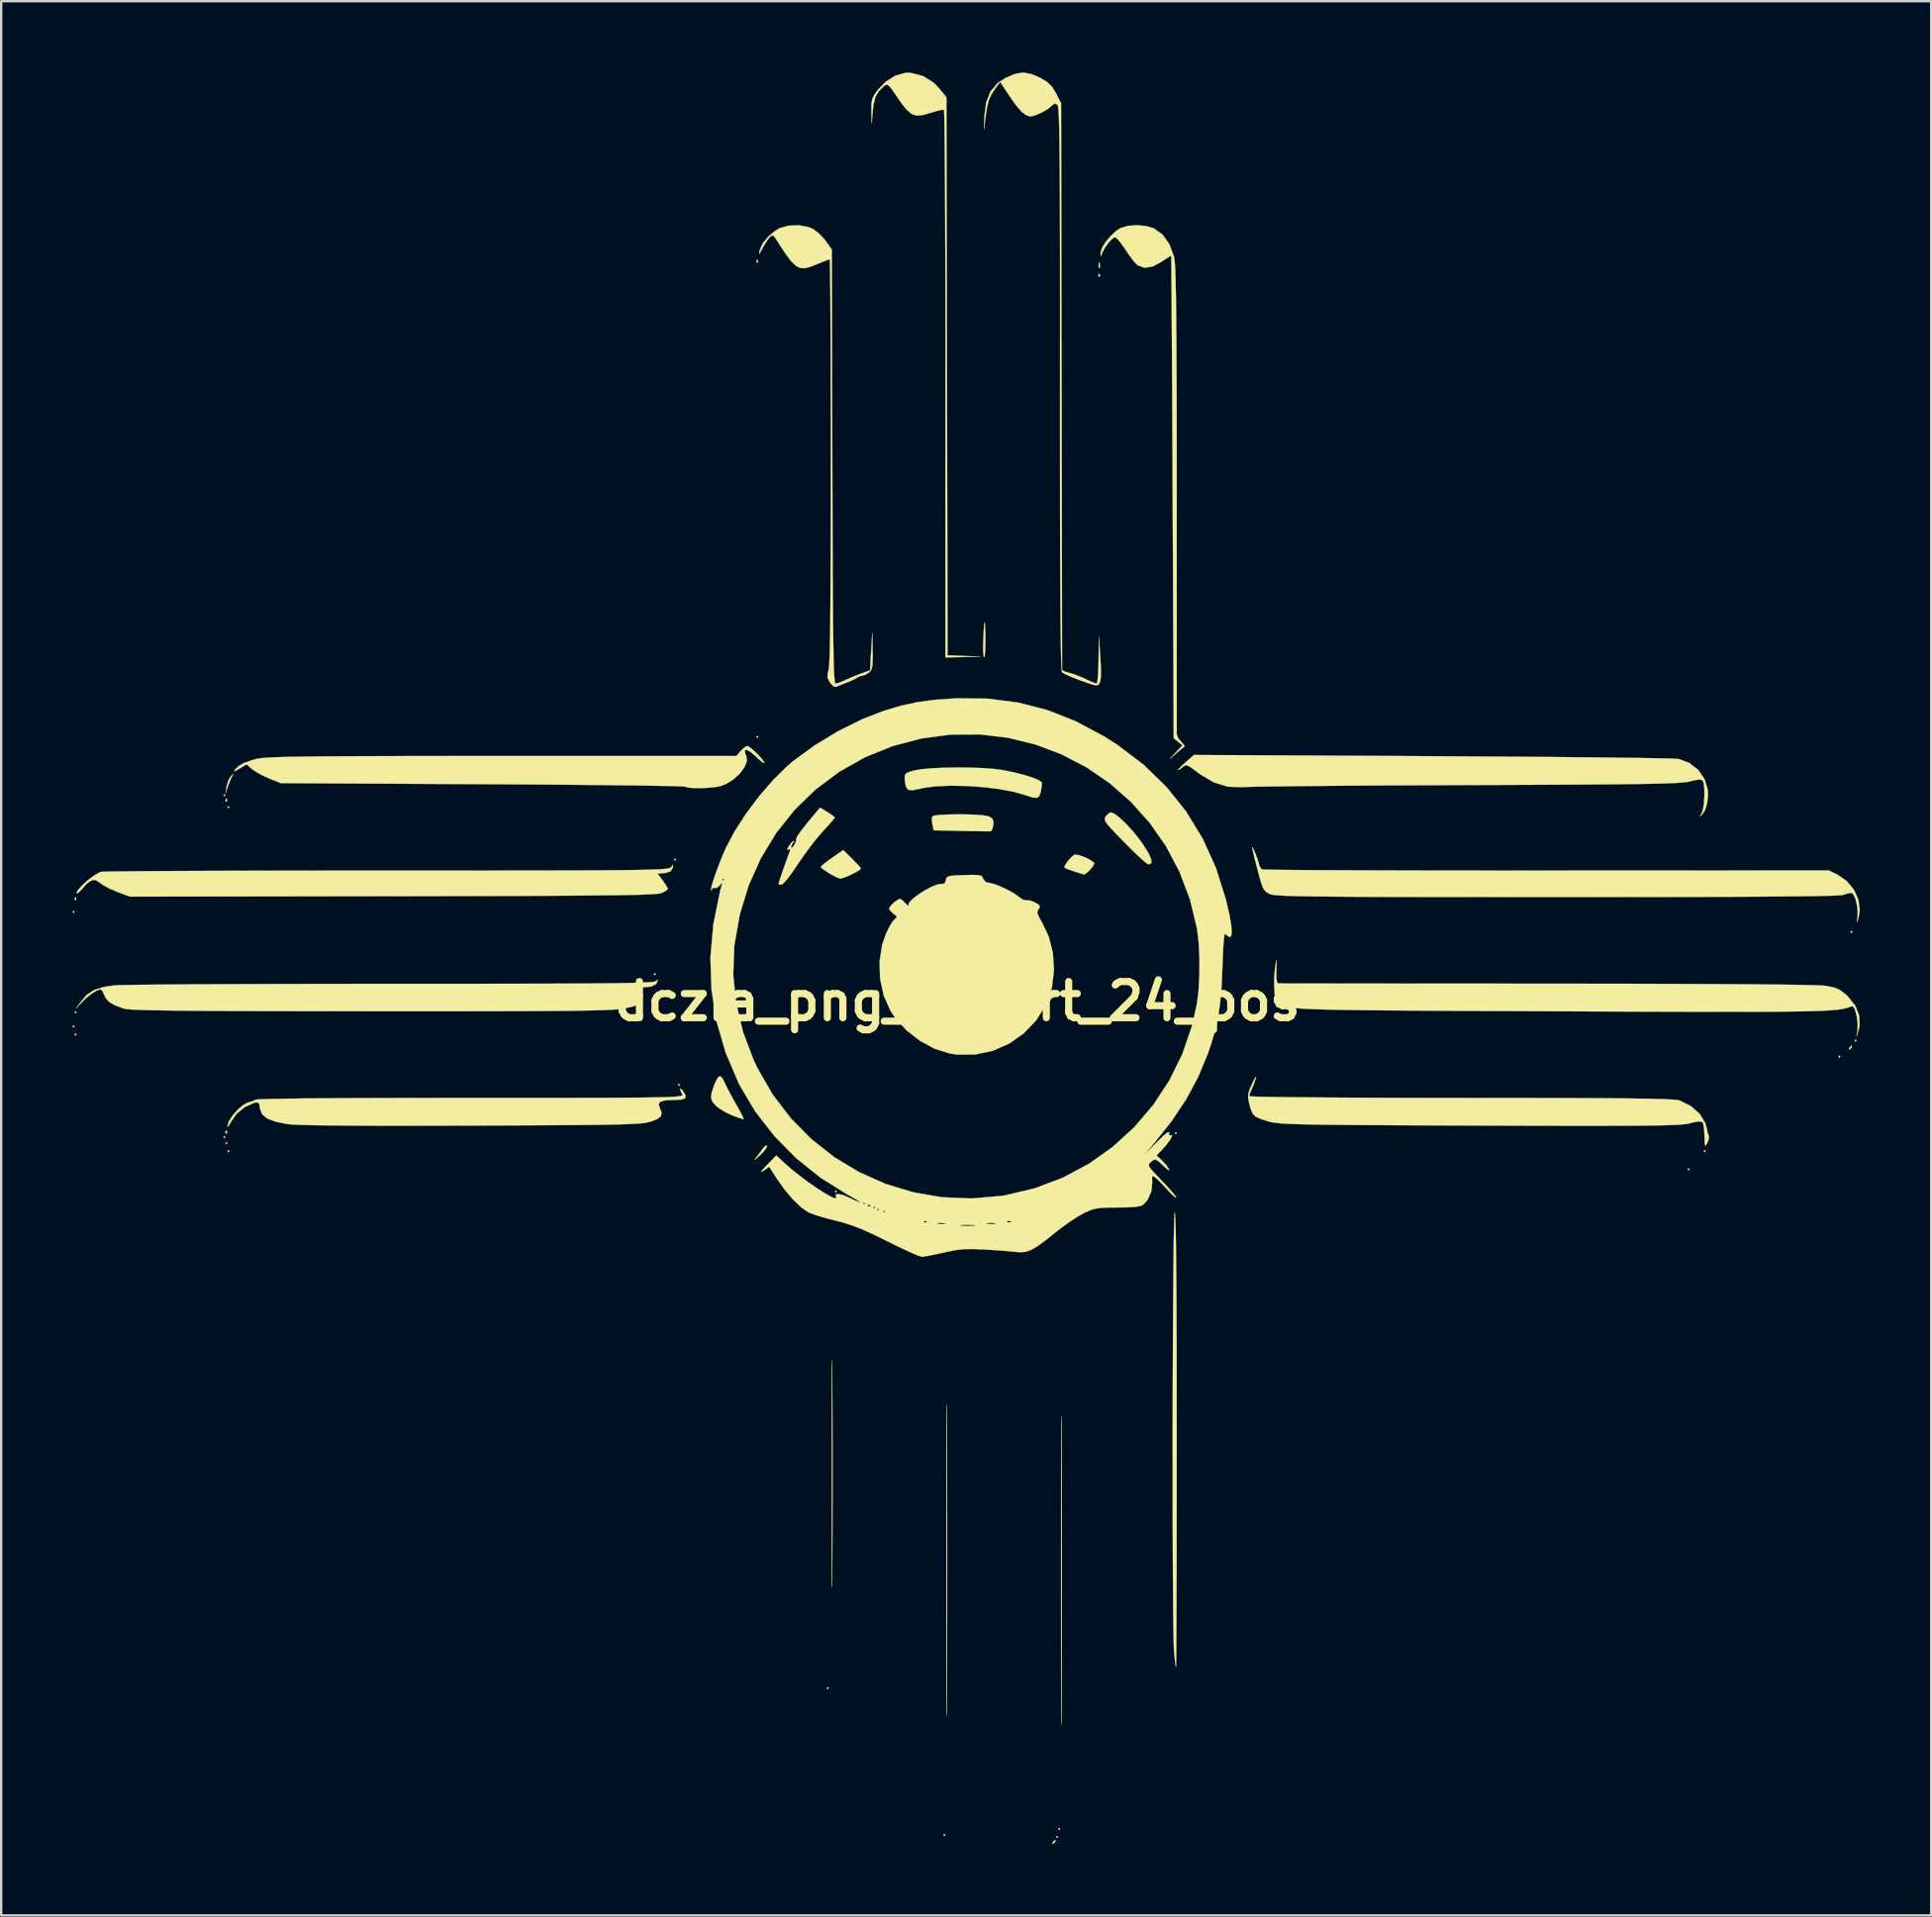
<source format=kicad_pcb>
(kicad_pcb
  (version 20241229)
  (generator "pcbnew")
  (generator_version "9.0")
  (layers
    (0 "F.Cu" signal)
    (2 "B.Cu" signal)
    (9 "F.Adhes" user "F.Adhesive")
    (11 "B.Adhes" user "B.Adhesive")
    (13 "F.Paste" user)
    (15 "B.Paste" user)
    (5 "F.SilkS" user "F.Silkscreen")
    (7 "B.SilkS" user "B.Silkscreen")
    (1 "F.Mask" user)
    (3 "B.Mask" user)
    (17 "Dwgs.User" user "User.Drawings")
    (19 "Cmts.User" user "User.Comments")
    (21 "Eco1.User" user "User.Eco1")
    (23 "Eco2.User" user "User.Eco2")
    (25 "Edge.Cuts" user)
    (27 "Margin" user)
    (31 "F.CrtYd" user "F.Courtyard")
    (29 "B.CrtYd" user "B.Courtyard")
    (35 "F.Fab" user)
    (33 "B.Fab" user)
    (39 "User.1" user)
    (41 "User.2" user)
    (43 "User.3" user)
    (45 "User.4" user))
  (footprint "dczia_png_export_24_pos"
    (layer "F.Cu")
    (at 37.258 39.107)
    (property "Reference" "dczia_png_export_24_pos" (at 0 0 0) (layer "F.SilkS") (effects (font (size 1.524 1.524) (thickness 0.3))))
    (attr through_hole)
    (fp_poly (pts (xy -37.169 -3.768) (xy -37.211 -3.725) (xy -37.253 -3.768) (xy -37.211 -3.81) (xy -37.169 -3.768)) (stroke (width 0.01) (type solid)) (fill yes) (layer "F.SilkS"))
    (fp_poly (pts (xy -37.169 1.058) (xy -37.211 1.101) (xy -37.253 1.058) (xy -37.211 1.016) (xy -37.169 1.058)) (stroke (width 0.01) (type solid)) (fill yes) (layer "F.SilkS"))
    (fp_poly (pts (xy -37.084 0.466) (xy -37.126 0.508) (xy -37.169 0.466) (xy -37.126 0.423) (xy -37.084 0.466)) (stroke (width 0.01) (type solid)) (fill yes) (layer "F.SilkS"))
    (fp_poly (pts (xy -37.084 1.397) (xy -37.126 1.439) (xy -37.169 1.397) (xy -37.126 1.355) (xy -37.084 1.397)) (stroke (width 0.01) (type solid)) (fill yes) (layer "F.SilkS"))
    (fp_poly (pts (xy -30.819 -8.678) (xy -30.861 -8.636) (xy -30.903 -8.678) (xy -30.861 -8.721) (xy -30.819 -8.678)) (stroke (width 0.01) (type solid)) (fill yes) (layer "F.SilkS"))
    (fp_poly (pts (xy -30.819 5.715) (xy -30.861 5.757) (xy -30.903 5.715) (xy -30.861 5.673) (xy -30.819 5.715)) (stroke (width 0.01) (type solid)) (fill yes) (layer "F.SilkS"))
    (fp_poly (pts (xy -30.734 5.969) (xy -30.776 6.011) (xy -30.819 5.969) (xy -30.776 5.927) (xy -30.734 5.969)) (stroke (width 0.01) (type solid)) (fill yes) (layer "F.SilkS"))
    (fp_poly (pts (xy -30.649 -8.17) (xy -30.692 -8.128) (xy -30.734 -8.17) (xy -30.692 -8.213) (xy -30.649 -8.17)) (stroke (width 0.01) (type solid)) (fill yes) (layer "F.SilkS"))
    (fp_poly (pts (xy -30.649 6.308) (xy -30.692 6.35) (xy -30.734 6.308) (xy -30.692 6.265) (xy -30.649 6.308)) (stroke (width 0.01) (type solid)) (fill yes) (layer "F.SilkS"))
    (fp_poly (pts (xy -12.7 -1.143) (xy -12.742 -1.101) (xy -12.785 -1.143) (xy -12.742 -1.185) (xy -12.7 -1.143)) (stroke (width 0.01) (type solid)) (fill yes) (layer "F.SilkS"))
    (fp_poly (pts (xy -11.853 -5.969) (xy -11.896 -5.927) (xy -11.938 -5.969) (xy -11.896 -6.011) (xy -11.853 -5.969)) (stroke (width 0.01) (type solid)) (fill yes) (layer "F.SilkS"))
    (fp_poly (pts (xy -11.684 3.514) (xy -11.726 3.556) (xy -11.769 3.514) (xy -11.726 3.471) (xy -11.684 3.514)) (stroke (width 0.01) (type solid)) (fill yes) (layer "F.SilkS"))
    (fp_poly (pts (xy -8.382 -11.134) (xy -8.424 -11.091) (xy -8.467 -11.134) (xy -8.424 -11.176) (xy -8.382 -11.134)) (stroke (width 0.01) (type solid)) (fill yes) (layer "F.SilkS"))
    (fp_poly (pts (xy -5.419 28.914) (xy -5.461 28.956) (xy -5.503 28.914) (xy -5.461 28.871) (xy -5.419 28.914)) (stroke (width 0.01) (type solid)) (fill yes) (layer "F.SilkS"))
    (fp_poly (pts (xy -5.08 8.001) (xy -5.122 8.043) (xy -5.165 8.001) (xy -5.122 7.959) (xy -5.08 8.001)) (stroke (width 0.01) (type solid)) (fill yes) (layer "F.SilkS"))
    (fp_poly (pts (xy -0.508 35.094) (xy -0.55 35.137) (xy -0.593 35.094) (xy -0.55 35.052) (xy -0.508 35.094)) (stroke (width 0.01) (type solid)) (fill yes) (layer "F.SilkS"))
    (fp_poly (pts (xy 4.233 35.179) (xy 4.191 35.221) (xy 4.149 35.179) (xy 4.191 35.137) (xy 4.233 35.179)) (stroke (width 0.01) (type solid)) (fill yes) (layer "F.SilkS"))
    (fp_poly (pts (xy 4.318 34.84) (xy 4.276 34.883) (xy 4.233 34.84) (xy 4.276 34.798) (xy 4.318 34.84)) (stroke (width 0.01) (type solid)) (fill yes) (layer "F.SilkS"))
    (fp_poly (pts (xy 9.229 5.546) (xy 9.186 5.588) (xy 9.144 5.546) (xy 9.186 5.503) (xy 9.229 5.546)) (stroke (width 0.01) (type solid)) (fill yes) (layer "F.SilkS"))
    (fp_poly (pts (xy 30.819 7.07) (xy 30.776 7.112) (xy 30.734 7.07) (xy 30.776 7.027) (xy 30.819 7.07)) (stroke (width 0.01) (type solid)) (fill yes) (layer "F.SilkS"))
    (fp_poly (pts (xy 31.496 6.308) (xy 31.454 6.35) (xy 31.411 6.308) (xy 31.454 6.265) (xy 31.496 6.308)) (stroke (width 0.01) (type solid)) (fill yes) (layer "F.SilkS"))
    (fp_poly (pts (xy 37.169 2.328) (xy 37.126 2.371) (xy 37.084 2.328) (xy 37.126 2.286) (xy 37.169 2.328)) (stroke (width 0.01) (type solid)) (fill yes) (layer "F.SilkS"))
    (fp_poly (pts (xy 37.677 -2.921) (xy 37.634 -2.879) (xy 37.592 -2.921) (xy 37.634 -2.963) (xy 37.677 -2.921)) (stroke (width 0.01) (type solid)) (fill yes) (layer "F.SilkS"))
    (fp_poly (pts (xy 37.846 1.651) (xy 37.804 1.693) (xy 37.761 1.651) (xy 37.804 1.609) (xy 37.846 1.651)) (stroke (width 0.01) (type solid)) (fill yes) (layer "F.SilkS"))
    (fp_poly (pts (xy -37.112 -4.374) (xy -37.102 -4.274) (xy -37.112 -4.262) (xy -37.163 -4.273) (xy -37.169 -4.318) (xy -37.138 -4.388) (xy -37.112 -4.374)) (stroke (width 0.01) (type solid)) (fill yes) (layer "F.SilkS"))
    (fp_poly (pts (xy -30.762 -8.523) (xy -30.752 -8.423) (xy -30.762 -8.41) (xy -30.813 -8.422) (xy -30.819 -8.467) (xy -30.788 -8.536) (xy -30.762 -8.523)) (stroke (width 0.01) (type solid)) (fill yes) (layer "F.SilkS"))
    (fp_poly (pts (xy -30.762 5.447) (xy -30.752 5.547) (xy -30.762 5.56) (xy -30.813 5.548) (xy -30.819 5.503) (xy -30.788 5.434) (xy -30.762 5.447)) (stroke (width 0.01) (type solid)) (fill yes) (layer "F.SilkS"))
    (fp_poly (pts (xy -8.41 -31.214) (xy -8.4 -31.113) (xy -8.41 -31.101) (xy -8.461 -31.113) (xy -8.467 -31.157) (xy -8.436 -31.227) (xy -8.41 -31.214)) (stroke (width 0.01) (type solid)) (fill yes) (layer "F.SilkS"))
    (fp_poly (pts (xy 5.983 -31.094) (xy 5.994 -30.92) (xy 5.983 -30.882) (xy 5.952 -30.872) (xy 5.94 -30.988) (xy 5.953 -31.108) (xy 5.983 -31.094)) (stroke (width 0.01) (type solid)) (fill yes) (layer "F.SilkS"))
    (fp_poly (pts (xy 5.983 -30.621) (xy 5.993 -30.521) (xy 5.983 -30.508) (xy 5.933 -30.52) (xy 5.927 -30.565) (xy 5.958 -30.634) (xy 5.983 -30.621)) (stroke (width 0.01) (type solid)) (fill yes) (layer "F.SilkS"))
    (fp_poly (pts (xy 4.122 35.361) (xy 4.106 35.391) (xy 4.027 35.472) (xy 4.012 35.475) (xy 4.006 35.421) (xy 4.022 35.391) (xy 4.101 35.31) (xy 4.116 35.306) (xy 4.122 35.361)) (stroke (width 0.01) (type solid)) (fill yes) (layer "F.SilkS"))
    (fp_poly (pts (xy 37.65 1.917) (xy 37.634 1.947) (xy 37.555 2.028) (xy 37.54 2.032) (xy 37.534 1.977) (xy 37.55 1.947) (xy 37.629 1.866) (xy 37.644 1.863) (xy 37.65 1.917)) (stroke (width 0.01) (type solid)) (fill yes) (layer "F.SilkS"))
    (fp_poly (pts (xy -8.044 6.17) (xy -8.173 6.335) (xy -8.321 6.484) (xy -8.477 6.624) (xy -8.54 6.665) (xy -8.5 6.604) (xy -8.327 6.383) (xy -8.192 6.196) (xy -8.085 6.079) (xy -8.013 6.076) (xy -8.044 6.17)) (stroke (width 0.01) (type solid)) (fill yes) (layer "F.SilkS"))
    (fp_poly (pts (xy -30.506 -9.527) (xy -30.532 -9.483) (xy -30.61 -9.319) (xy -30.7 -9.087) (xy -30.71 -9.059) (xy -30.812 -8.763) (xy -30.765 -9.059) (xy -30.696 -9.298) (xy -30.594 -9.475) (xy -30.587 -9.483) (xy -30.496 -9.565) (xy -30.506 -9.527)) (stroke (width 0.01) (type solid)) (fill yes) (layer "F.SilkS"))
    (fp_poly (pts (xy 1.151 -15.913) (xy 1.163 -15.706) (xy 1.172 -15.346) (xy 1.172 -14.986) (xy 1.161 -14.698) (xy 1.141 -14.52) (xy 1.122 -14.478) (xy 1.094 -14.555) (xy 1.079 -14.76) (xy 1.08 -15.049) (xy 1.082 -15.092) (xy 1.101 -15.541) (xy 1.12 -15.829) (xy 1.137 -15.953) (xy 1.151 -15.913)) (stroke (width 0.01) (type solid)) (fill yes) (layer "F.SilkS"))
    (fp_poly (pts (xy -4.438 -6.004) (xy -4.242 -5.804) (xy -4.107 -5.652) (xy -4.064 -5.587) (xy -4.134 -5.523) (xy -4.307 -5.423) (xy -4.53 -5.313) (xy -4.747 -5.221) (xy -4.906 -5.171) (xy -4.934 -5.168) (xy -5.063 -5.211) (xy -5.274 -5.317) (xy -5.397 -5.388) (xy -5.605 -5.523) (xy -5.734 -5.627) (xy -5.756 -5.66) (xy -5.691 -5.732) (xy -5.522 -5.869) (xy -5.285 -6.041) (xy -5.283 -6.043) (xy -4.811 -6.371) (xy -4.438 -6.004)) (stroke (width 0.01) (type solid)) (fill yes) (layer "F.SilkS"))
    (fp_poly (pts (xy 5.142 -6.147) (xy 5.37 -6.064) (xy 5.584 -5.957) (xy 5.728 -5.855) (xy 5.757 -5.805) (xy 5.705 -5.694) (xy 5.582 -5.541) (xy 5.442 -5.405) (xy 5.338 -5.342) (xy 5.329 -5.342) (xy 5.233 -5.371) (xy 5.033 -5.432) (xy 4.92 -5.468) (xy 4.689 -5.545) (xy 4.536 -5.607) (xy 4.508 -5.624) (xy 4.52 -5.716) (xy 4.615 -5.869) (xy 4.751 -6.032) (xy 4.886 -6.151) (xy 4.957 -6.181) (xy 5.142 -6.147)) (stroke (width 0.01) (type solid)) (fill yes) (layer "F.SilkS"))
    (fp_poly (pts (xy -9.874 3.273) (xy -9.823 3.383) (xy -9.733 3.571) (xy -9.586 3.854) (xy -9.407 4.18) (xy -9.347 4.286) (xy -9.184 4.578) (xy -9.063 4.807) (xy -9 4.94) (xy -8.996 4.959) (xy -9.08 4.942) (xy -9.274 4.88) (xy -9.457 4.813) (xy -9.765 4.67) (xy -10.05 4.492) (xy -10.159 4.404) (xy -10.307 4.24) (xy -10.372 4.076) (xy -10.355 3.866) (xy -10.259 3.568) (xy -10.195 3.408) (xy -10.083 3.195) (xy -9.979 3.151) (xy -9.874 3.273)) (stroke (width 0.01) (type solid)) (fill yes) (layer "F.SilkS"))
    (fp_poly (pts (xy 0.38 -7.87) (xy 0.752 -7.857) (xy 1.064 -7.834) (xy 1.275 -7.801) (xy 1.312 -7.789) (xy 1.468 -7.698) (xy 1.514 -7.549) (xy 1.508 -7.436) (xy 1.466 -7.249) (xy 1.401 -7.16) (xy 1.397 -7.159) (xy 1.285 -7.158) (xy 1.038 -7.16) (xy 0.689 -7.166) (xy 0.271 -7.174) (xy 0.154 -7.176) (xy -1.004 -7.201) (xy -1.058 -7.451) (xy -1.081 -7.657) (xy -1.06 -7.787) (xy -0.956 -7.823) (xy -0.722 -7.85) (xy -0.396 -7.866) (xy -0.016 -7.873) (xy 0.38 -7.87)) (stroke (width 0.01) (type solid)) (fill yes) (layer "F.SilkS"))
    (fp_poly (pts (xy 6.617 -7.893) (xy 6.843 -7.717) (xy 7.114 -7.458) (xy 7.4 -7.143) (xy 7.675 -6.798) (xy 7.782 -6.649) (xy 8.026 -6.264) (xy 8.153 -5.987) (xy 8.161 -5.821) (xy 8.051 -5.769) (xy 8.025 -5.772) (xy 7.93 -5.834) (xy 7.742 -5.998) (xy 7.483 -6.24) (xy 7.177 -6.54) (xy 7.018 -6.701) (xy 6.674 -7.053) (xy 6.435 -7.308) (xy 6.286 -7.485) (xy 6.212 -7.606) (xy 6.197 -7.693) (xy 6.226 -7.766) (xy 6.24 -7.787) (xy 6.369 -7.919) (xy 6.461 -7.958) (xy 6.617 -7.893)) (stroke (width 0.01) (type solid)) (fill yes) (layer "F.SilkS"))
    (fp_poly (pts (xy -5.279 15.149) (xy -5.276 15.332) (xy -5.273 15.676) (xy -5.271 16.023) (xy -5.266 17.022) (xy -5.263 18.141) (xy -5.261 19.332) (xy -5.261 20.545) (xy -5.263 21.732) (xy -5.266 22.845) (xy -5.271 23.77) (xy -5.274 24.232) (xy -5.277 24.529) (xy -5.28 24.668) (xy -5.282 24.652) (xy -5.285 24.487) (xy -5.287 24.178) (xy -5.289 23.73) (xy -5.291 23.148) (xy -5.292 22.437) (xy -5.293 21.602) (xy -5.293 20.649) (xy -5.293 19.897) (xy -5.293 18.861) (xy -5.293 17.941) (xy -5.292 17.141) (xy -5.29 16.467) (xy -5.288 15.922) (xy -5.286 15.513) (xy -5.284 15.245) (xy -5.282 15.122) (xy -5.279 15.149)) (stroke (width 0.01) (type solid)) (fill yes) (layer "F.SilkS"))
    (fp_poly (pts (xy -0.452 17.098) (xy -0.449 17.372) (xy -0.446 17.808) (xy -0.445 18.224) (xy -0.441 19.382) (xy -0.438 20.667) (xy -0.436 22.039) (xy -0.435 23.454) (xy -0.436 24.872) (xy -0.437 26.25) (xy -0.44 27.548) (xy -0.444 28.722) (xy -0.445 28.85) (xy -0.447 29.405) (xy -0.45 29.795) (xy -0.452 30.024) (xy -0.455 30.097) (xy -0.457 30.018) (xy -0.459 29.791) (xy -0.461 29.421) (xy -0.462 28.911) (xy -0.464 28.267) (xy -0.465 27.493) (xy -0.466 26.592) (xy -0.467 25.569) (xy -0.467 24.429) (xy -0.467 23.537) (xy -0.467 22.315) (xy -0.466 21.208) (xy -0.466 20.219) (xy -0.465 19.353) (xy -0.463 18.614) (xy -0.462 18.007) (xy -0.46 17.536) (xy -0.458 17.205) (xy -0.456 17.019) (xy -0.454 16.982) (xy -0.452 17.098)) (stroke (width 0.01) (type solid)) (fill yes) (layer "F.SilkS"))
    (fp_poly (pts (xy 4.375 17.582) (xy 4.377 17.862) (xy 4.38 18.304) (xy 4.381 18.69) (xy 4.386 19.843) (xy 4.388 21.124) (xy 4.39 22.491) (xy 4.391 23.901) (xy 4.39 25.312) (xy 4.389 26.684) (xy 4.386 27.974) (xy 4.382 29.139) (xy 4.381 29.231) (xy 4.379 29.784) (xy 4.376 30.171) (xy 4.374 30.398) (xy 4.371 30.468) (xy 4.369 30.387) (xy 4.367 30.157) (xy 4.365 29.785) (xy 4.364 29.273) (xy 4.362 28.627) (xy 4.361 27.851) (xy 4.36 26.949) (xy 4.359 25.925) (xy 4.359 24.783) (xy 4.359 23.961) (xy 4.359 22.744) (xy 4.36 21.641) (xy 4.36 20.657) (xy 4.361 19.797) (xy 4.363 19.063) (xy 4.364 18.462) (xy 4.366 17.996) (xy 4.368 17.671) (xy 4.37 17.491) (xy 4.372 17.46) (xy 4.375 17.582)) (stroke (width 0.01) (type solid)) (fill yes) (layer "F.SilkS"))
    (fp_poly (pts (xy 0.553 -9.84) (xy 1.093 -9.82) (xy 1.562 -9.784) (xy 1.863 -9.744) (xy 2.356 -9.645) (xy 2.798 -9.534) (xy 3.162 -9.42) (xy 3.421 -9.312) (xy 3.548 -9.219) (xy 3.556 -9.194) (xy 3.54 -9.034) (xy 3.503 -8.816) (xy 3.446 -8.644) (xy 3.342 -8.569) (xy 3.156 -8.584) (xy 2.853 -8.681) (xy 2.847 -8.684) (xy 2.354 -8.825) (xy 1.75 -8.938) (xy 1.077 -9.019) (xy 0.378 -9.068) (xy -0.303 -9.08) (xy -0.922 -9.053) (xy -1.438 -8.984) (xy -1.587 -8.95) (xy -1.893 -8.885) (xy -2.077 -8.908) (xy -2.174 -9.038) (xy -2.218 -9.295) (xy -2.22 -9.317) (xy -2.224 -9.489) (xy -2.175 -9.59) (xy -2.033 -9.659) (xy -1.82 -9.721) (xy -1.523 -9.773) (xy -1.097 -9.811) (xy -0.582 -9.836) (xy -0.019 -9.845) (xy 0.553 -9.84)) (stroke (width 0.01) (type solid)) (fill yes) (layer "F.SilkS"))
    (fp_poly (pts (xy -5.474 -7.967) (xy -5.285 -7.842) (xy -5.175 -7.754) (xy -5.165 -7.738) (xy -5.218 -7.663) (xy -5.362 -7.496) (xy -5.57 -7.266) (xy -5.676 -7.15) (xy -5.943 -6.84) (xy -6.251 -6.444) (xy -6.557 -6.022) (xy -6.736 -5.755) (xy -6.96 -5.426) (xy -7.162 -5.156) (xy -7.32 -4.975) (xy -7.41 -4.911) (xy -7.522 -4.93) (xy -7.535 -4.945) (xy -7.509 -5.037) (xy -7.442 -5.243) (xy -7.349 -5.515) (xy -7.247 -5.806) (xy -7.152 -6.072) (xy -7.08 -6.264) (xy -7.066 -6.3) (xy -7.037 -6.412) (xy -7.106 -6.396) (xy -7.171 -6.375) (xy -7.138 -6.469) (xy -7.12 -6.504) (xy -7.002 -6.671) (xy -6.921 -6.743) (xy -6.873 -6.75) (xy -6.934 -6.661) (xy -7.008 -6.528) (xy -7.004 -6.468) (xy -6.938 -6.492) (xy -6.857 -6.608) (xy -6.798 -6.75) (xy -6.793 -6.835) (xy -6.751 -6.944) (xy -6.592 -7.173) (xy -6.316 -7.522) (xy -6.003 -7.898) (xy -5.783 -8.157) (xy -5.474 -7.967)) (stroke (width 0.01) (type solid)) (fill yes) (layer "F.SilkS"))
    (fp_poly (pts (xy 9.159 8.975) (xy 9.172 9.228) (xy 9.185 9.648) (xy 9.195 10.236) (xy 9.204 10.989) (xy 9.212 11.908) (xy 9.218 12.991) (xy 9.223 14.238) (xy 9.226 15.648) (xy 9.228 17.219) (xy 9.229 18.457) (xy 9.228 19.715) (xy 9.228 20.924) (xy 9.226 22.074) (xy 9.225 23.155) (xy 9.223 24.155) (xy 9.22 25.065) (xy 9.218 25.873) (xy 9.215 26.568) (xy 9.211 27.141) (xy 9.208 27.58) (xy 9.204 27.874) (xy 9.2 28.014) (xy 9.199 28.025) (xy 9.179 27.947) (xy 9.153 27.739) (xy 9.124 27.441) (xy 9.115 27.326) (xy 9.104 27.105) (xy 9.095 26.739) (xy 9.086 26.242) (xy 9.079 25.627) (xy 9.073 24.907) (xy 9.068 24.096) (xy 9.064 23.207) (xy 9.061 22.253) (xy 9.059 21.246) (xy 9.058 20.202) (xy 9.058 19.132) (xy 9.058 18.049) (xy 9.06 16.968) (xy 9.063 15.902) (xy 9.067 14.862) (xy 9.071 13.864) (xy 9.077 12.92) (xy 9.083 12.043) (xy 9.09 11.246) (xy 9.097 10.543) (xy 9.106 9.947) (xy 9.115 9.471) (xy 9.125 9.129) (xy 9.136 8.933) (xy 9.144 8.89) (xy 9.159 8.975)) (stroke (width 0.01) (type solid)) (fill yes) (layer "F.SilkS"))
    (fp_poly (pts (xy -1.453 -38.957) (xy -0.999 -38.672) (xy -0.751 -38.413) (xy -0.466 -38.058) (xy -0.443 -26.314) (xy -0.42 -14.569) (xy 0.277 -14.541) (xy 0.974 -14.512) (xy 0.233 -14.495) (xy -0.508 -14.478) (xy -0.509 -14.711) (xy -0.509 -14.823) (xy -0.509 -15.093) (xy -0.509 -15.514) (xy -0.509 -16.073) (xy -0.509 -16.761) (xy -0.509 -17.568) (xy -0.509 -18.483) (xy -0.509 -19.498) (xy -0.509 -20.601) (xy -0.509 -21.782) (xy -0.508 -23.032) (xy -0.508 -24.34) (xy -0.508 -25.697) (xy -0.508 -26.22) (xy -0.508 -27.588) (xy -0.509 -28.909) (xy -0.511 -30.173) (xy -0.514 -31.371) (xy -0.518 -32.491) (xy -0.522 -33.526) (xy -0.527 -34.464) (xy -0.533 -35.296) (xy -0.539 -36.013) (xy -0.545 -36.603) (xy -0.552 -37.057) (xy -0.56 -37.366) (xy -0.567 -37.519) (xy -0.571 -37.535) (xy -0.678 -37.53) (xy -0.897 -37.479) (xy -1.162 -37.398) (xy -1.485 -37.307) (xy -1.736 -37.291) (xy -1.948 -37.368) (xy -2.157 -37.553) (xy -2.396 -37.863) (xy -2.532 -38.061) (xy -2.729 -38.351) (xy -2.86 -38.52) (xy -2.951 -38.59) (xy -3.027 -38.581) (xy -3.098 -38.53) (xy -3.323 -38.307) (xy -3.46 -38.065) (xy -3.537 -37.746) (xy -3.564 -37.516) (xy -3.614 -36.957) (xy -3.627 -37.48) (xy -3.625 -37.791) (xy -3.583 -38.007) (xy -3.481 -38.203) (xy -3.365 -38.362) (xy -3.019 -38.719) (xy -2.622 -38.968) (xy -2.214 -39.089) (xy -1.986 -39.093) (xy -1.453 -38.957)) (stroke (width 0.01) (type solid)) (fill yes) (layer "F.SilkS"))
    (fp_poly (pts (xy -8.74 -10.695) (xy -8.568 -10.551) (xy -8.379 -10.366) (xy -8.219 -10.186) (xy -8.133 -10.054) (xy -8.128 -10.033) (xy -8.182 -10.046) (xy -8.322 -10.155) (xy -8.499 -10.32) (xy -8.723 -10.511) (xy -8.882 -10.591) (xy -8.958 -10.56) (xy -8.932 -10.417) (xy -8.891 -10.332) (xy -8.866 -10.118) (xy -8.965 -9.862) (xy -9.162 -9.594) (xy -9.429 -9.347) (xy -9.739 -9.152) (xy -9.967 -9.064) (xy -10.209 -9.019) (xy -10.521 -8.99) (xy -10.852 -8.977) (xy -11.154 -8.982) (xy -11.377 -9.006) (xy -11.465 -9.038) (xy -11.557 -9.047) (xy -11.807 -9.057) (xy -12.203 -9.067) (xy -12.734 -9.077) (xy -13.389 -9.087) (xy -14.155 -9.097) (xy -15.023 -9.107) (xy -15.98 -9.116) (xy -17.014 -9.125) (xy -18.115 -9.133) (xy -19.271 -9.14) (xy -20.01 -9.144) (xy -28.49 -9.186) (xy -28.981 -9.384) (xy -29.288 -9.525) (xy -29.563 -9.681) (xy -29.701 -9.78) (xy -29.93 -9.977) (xy -30.226 -9.797) (xy -30.401 -9.697) (xy -30.454 -9.688) (xy -30.402 -9.766) (xy -30.247 -9.918) (xy -30.031 -10.038) (xy -29.713 -10.149) (xy -29.496 -10.209) (xy -29.402 -10.227) (xy -29.266 -10.244) (xy -29.079 -10.259) (xy -28.833 -10.272) (xy -28.518 -10.284) (xy -28.126 -10.294) (xy -27.647 -10.302) (xy -27.073 -10.309) (xy -26.395 -10.315) (xy -25.603 -10.32) (xy -24.69 -10.323) (xy -23.645 -10.326) (xy -22.46 -10.328) (xy -21.127 -10.329) (xy -19.635 -10.329) (xy -19.172 -10.329) (xy -9.312 -10.329) (xy -9.128 -10.541) (xy -8.975 -10.687) (xy -8.855 -10.752) (xy -8.85 -10.753) (xy -8.74 -10.695)) (stroke (width 0.01) (type solid)) (fill yes) (layer "F.SilkS"))
    (fp_poly (pts (xy 19.981 -10.321) (xy 21.277 -10.314) (xy 22.53 -10.306) (xy 23.729 -10.298) (xy 24.863 -10.289) (xy 25.921 -10.279) (xy 26.893 -10.269) (xy 27.768 -10.259) (xy 28.534 -10.249) (xy 29.18 -10.239) (xy 29.697 -10.229) (xy 30.073 -10.219) (xy 30.296 -10.21) (xy 30.353 -10.205) (xy 30.809 -10.036) (xy 31.183 -9.742) (xy 31.45 -9.354) (xy 31.585 -8.901) (xy 31.596 -8.678) (xy 31.555 -8.333) (xy 31.464 -8.041) (xy 31.342 -7.859) (xy 31.339 -7.856) (xy 31.246 -7.789) (xy 31.271 -7.836) (xy 31.318 -7.897) (xy 31.378 -8.056) (xy 31.42 -8.32) (xy 31.441 -8.632) (xy 31.439 -8.938) (xy 31.412 -9.184) (xy 31.364 -9.31) (xy 31.219 -9.341) (xy 30.94 -9.289) (xy 30.859 -9.266) (xy 30.772 -9.245) (xy 30.649 -9.226) (xy 30.48 -9.21) (xy 30.255 -9.195) (xy 29.966 -9.182) (xy 29.603 -9.17) (xy 29.155 -9.16) (xy 28.615 -9.151) (xy 27.971 -9.143) (xy 27.215 -9.136) (xy 26.337 -9.129) (xy 25.328 -9.123) (xy 24.177 -9.117) (xy 22.876 -9.112) (xy 21.463 -9.107) (xy 20.233 -9.102) (xy 19.044 -9.096) (xy 17.907 -9.09) (xy 16.834 -9.083) (xy 15.836 -9.075) (xy 14.926 -9.067) (xy 14.116 -9.059) (xy 13.417 -9.05) (xy 12.842 -9.042) (xy 12.401 -9.034) (xy 12.108 -9.025) (xy 11.98 -9.018) (xy 11.382 -9.036) (xy 10.783 -9.223) (xy 10.186 -9.576) (xy 10.069 -9.665) (xy 9.832 -9.846) (xy 9.685 -9.931) (xy 9.586 -9.936) (xy 9.495 -9.875) (xy 9.491 -9.871) (xy 9.354 -9.766) (xy 9.287 -9.737) (xy 9.314 -9.787) (xy 9.44 -9.916) (xy 9.59 -10.054) (xy 9.948 -10.372) (xy 19.981 -10.321)) (stroke (width 0.01) (type solid)) (fill yes) (layer "F.SilkS"))
    (fp_poly (pts (xy 0.867 -5.318) (xy 0.992 -5.29) (xy 1.052 -5.233) (xy 1.075 -5.168) (xy 1.19 -5.021) (xy 1.301 -4.995) (xy 1.505 -4.952) (xy 1.794 -4.843) (xy 2.11 -4.695) (xy 2.398 -4.534) (xy 2.597 -4.388) (xy 2.764 -4.276) (xy 2.894 -4.255) (xy 3.035 -4.248) (xy 3.225 -4.182) (xy 3.394 -4.088) (xy 3.471 -3.998) (xy 3.471 -3.994) (xy 3.419 -3.882) (xy 3.381 -3.838) (xy 3.358 -3.726) (xy 3.441 -3.523) (xy 3.542 -3.353) (xy 3.841 -2.733) (xy 4.014 -2.04) (xy 4.061 -1.315) (xy 3.978 -0.601) (xy 3.763 0.06) (xy 3.726 0.139) (xy 3.312 0.8) (xy 2.786 1.351) (xy 2.169 1.782) (xy 1.483 2.081) (xy 0.75 2.238) (xy -0.008 2.242) (xy -0.339 2.193) (xy -0.965 1.994) (xy -1.581 1.66) (xy -2.146 1.219) (xy -2.618 0.702) (xy -2.823 0.396) (xy -3.107 -0.246) (xy -3.261 -0.955) (xy -3.282 -1.687) (xy -3.169 -2.397) (xy -3.001 -2.873) (xy -2.862 -3.151) (xy -2.728 -3.367) (xy -2.633 -3.47) (xy -2.554 -3.539) (xy -2.601 -3.618) (xy -2.688 -3.684) (xy -2.829 -3.813) (xy -2.879 -3.907) (xy -2.817 -4.019) (xy -2.676 -4.162) (xy -2.518 -4.279) (xy -2.427 -4.315) (xy -2.325 -4.26) (xy -2.187 -4.128) (xy -2.086 -4.024) (xy -2.065 -4.028) (xy -2.068 -4.035) (xy -2.039 -4.15) (xy -1.892 -4.309) (xy -1.663 -4.489) (xy -1.389 -4.666) (xy -1.107 -4.817) (xy -0.854 -4.918) (xy -0.667 -4.948) (xy -0.631 -4.94) (xy -0.534 -4.975) (xy -0.494 -5.095) (xy -0.47 -5.189) (xy -0.409 -5.249) (xy -0.277 -5.284) (xy -0.039 -5.304) (xy 0.282 -5.316) (xy 0.642 -5.325) (xy 0.867 -5.318)) (stroke (width 0.01) (type solid)) (fill yes) (layer "F.SilkS"))
    (fp_poly (pts (xy 12.456 -6.413) (xy 12.523 -6.265) (xy 12.623 -6.012) (xy 12.686 -5.807) (xy 12.695 -5.745) (xy 12.769 -5.597) (xy 12.836 -5.554) (xy 12.935 -5.548) (xy 13.194 -5.542) (xy 13.603 -5.537) (xy 14.152 -5.531) (xy 14.831 -5.527) (xy 15.631 -5.522) (xy 16.542 -5.518) (xy 17.554 -5.515) (xy 18.658 -5.512) (xy 19.844 -5.509) (xy 21.102 -5.508) (xy 22.422 -5.507) (xy 23.794 -5.506) (xy 24.824 -5.507) (xy 36.676 -5.511) (xy 37.057 -5.327) (xy 37.442 -5.06) (xy 37.737 -4.698) (xy 37.924 -4.278) (xy 37.983 -3.841) (xy 37.927 -3.507) (xy 37.873 -3.348) (xy 37.86 -3.343) (xy 37.881 -3.498) (xy 37.888 -3.542) (xy 37.895 -3.797) (xy 37.859 -4.077) (xy 37.792 -4.333) (xy 37.707 -4.515) (xy 37.63 -4.572) (xy 37.473 -4.543) (xy 37.28 -4.481) (xy 37.175 -4.467) (xy 36.935 -4.454) (xy 36.558 -4.442) (xy 36.04 -4.432) (xy 35.379 -4.423) (xy 34.572 -4.415) (xy 33.615 -4.408) (xy 32.506 -4.403) (xy 31.242 -4.398) (xy 29.819 -4.395) (xy 28.235 -4.393) (xy 26.487 -4.392) (xy 25.215 -4.392) (xy 23.548 -4.392) (xy 22.043 -4.393) (xy 20.691 -4.394) (xy 19.483 -4.395) (xy 18.411 -4.397) (xy 17.468 -4.4) (xy 16.644 -4.404) (xy 15.932 -4.409) (xy 15.323 -4.414) (xy 14.81 -4.421) (xy 14.383 -4.429) (xy 14.035 -4.438) (xy 13.757 -4.448) (xy 13.542 -4.46) (xy 13.38 -4.473) (xy 13.264 -4.488) (xy 13.185 -4.505) (xy 13.135 -4.523) (xy 13.135 -4.524) (xy 13.013 -4.594) (xy 12.922 -4.678) (xy 12.847 -4.809) (xy 12.773 -5.019) (xy 12.683 -5.339) (xy 12.608 -5.63) (xy 12.5 -6.054) (xy 12.433 -6.329) (xy 12.405 -6.471) (xy 12.413 -6.494) (xy 12.456 -6.413)) (stroke (width 0.01) (type solid)) (fill yes) (layer "F.SilkS"))
    (fp_poly (pts (xy -11.974 -5.693) (xy -11.993 -5.614) (xy -12.08 -5.473) (xy -12.274 -5.408) (xy -12.332 -5.402) (xy -12.624 -5.376) (xy -12.408 -5.085) (xy -12.275 -4.892) (xy -12.199 -4.757) (xy -12.192 -4.733) (xy -12.262 -4.664) (xy -12.434 -4.573) (xy -12.467 -4.559) (xy -12.534 -4.542) (xy -12.652 -4.527) (xy -12.831 -4.513) (xy -13.078 -4.5) (xy -13.402 -4.489) (xy -13.809 -4.479) (xy -14.308 -4.47) (xy -14.908 -4.463) (xy -15.615 -4.456) (xy -16.438 -4.45) (xy -17.384 -4.445) (xy -18.463 -4.44) (xy -19.681 -4.436) (xy -21.047 -4.433) (xy -22.568 -4.429) (xy -23.791 -4.427) (xy -34.84 -4.41) (xy -35.377 -4.61) (xy -35.686 -4.742) (xy -35.957 -4.886) (xy -36.109 -4.995) (xy -36.281 -5.108) (xy -36.451 -5.099) (xy -36.648 -4.959) (xy -36.855 -4.731) (xy -36.992 -4.586) (xy -37.074 -4.539) (xy -37.084 -4.557) (xy -37.019 -4.693) (xy -36.852 -4.882) (xy -36.625 -5.089) (xy -36.379 -5.278) (xy -36.156 -5.412) (xy -36.044 -5.453) (xy -35.929 -5.459) (xy -35.655 -5.465) (xy -35.23 -5.471) (xy -34.666 -5.477) (xy -33.973 -5.482) (xy -33.159 -5.487) (xy -32.236 -5.491) (xy -31.212 -5.495) (xy -30.098 -5.498) (xy -28.904 -5.501) (xy -27.64 -5.503) (xy -26.315 -5.505) (xy -24.939 -5.506) (xy -23.972 -5.506) (xy -22.32 -5.506) (xy -20.829 -5.506) (xy -19.49 -5.507) (xy -18.296 -5.508) (xy -17.238 -5.509) (xy -16.308 -5.511) (xy -15.498 -5.514) (xy -14.798 -5.518) (xy -14.201 -5.523) (xy -13.699 -5.529) (xy -13.283 -5.536) (xy -12.945 -5.545) (xy -12.676 -5.554) (xy -12.469 -5.566) (xy -12.315 -5.578) (xy -12.205 -5.593) (xy -12.132 -5.609) (xy -12.086 -5.627) (xy -12.061 -5.648) (xy -12.057 -5.652) (xy -11.978 -5.746) (xy -11.974 -5.693)) (stroke (width 0.01) (type solid)) (fill yes) (layer "F.SilkS"))
    (fp_poly (pts (xy 7.955 -32.638) (xy 8.264 -32.544) (xy 8.632 -32.279) (xy 8.918 -31.882) (xy 9.105 -31.378) (xy 9.128 -31.276) (xy 9.145 -31.144) (xy 9.16 -30.925) (xy 9.173 -30.611) (xy 9.185 -30.195) (xy 9.195 -29.672) (xy 9.204 -29.033) (xy 9.211 -28.271) (xy 9.217 -27.381) (xy 9.222 -26.354) (xy 9.225 -25.185) (xy 9.227 -23.865) (xy 9.229 -22.389) (xy 9.229 -21.074) (xy 9.228 -19.805) (xy 9.228 -18.582) (xy 9.228 -17.416) (xy 9.228 -16.318) (xy 9.228 -15.298) (xy 9.228 -14.368) (xy 9.228 -13.537) (xy 9.228 -12.818) (xy 9.228 -12.22) (xy 9.228 -11.754) (xy 9.228 -11.432) (xy 9.228 -11.265) (xy 9.228 -11.243) (xy 9.287 -11.083) (xy 9.413 -10.926) (xy 9.532 -10.799) (xy 9.561 -10.733) (xy 9.561 -10.732) (xy 9.48 -10.669) (xy 9.317 -10.534) (xy 9.228 -10.458) (xy 8.932 -10.206) (xy 9.201 -10.492) (xy 9.469 -10.779) (xy 9.286 -10.927) (xy 9.102 -11.076) (xy 9.058 -21.223) (xy 9.052 -22.519) (xy 9.047 -23.767) (xy 9.041 -24.957) (xy 9.035 -26.079) (xy 9.029 -27.122) (xy 9.023 -28.076) (xy 9.018 -28.93) (xy 9.013 -29.675) (xy 9.008 -30.298) (xy 9.004 -30.791) (xy 9 -31.143) (xy 8.997 -31.344) (xy 8.995 -31.388) (xy 8.921 -31.355) (xy 8.752 -31.248) (xy 8.597 -31.141) (xy 8.217 -30.937) (xy 7.879 -30.883) (xy 7.597 -30.981) (xy 7.538 -31.028) (xy 7.406 -31.176) (xy 7.227 -31.416) (xy 7.05 -31.676) (xy 6.878 -31.923) (xy 6.727 -32.101) (xy 6.631 -32.172) (xy 6.629 -32.173) (xy 6.513 -32.107) (xy 6.358 -31.942) (xy 6.206 -31.731) (xy 6.096 -31.525) (xy 6.072 -31.454) (xy 6.041 -31.361) (xy 6.026 -31.425) (xy 6.021 -31.502) (xy 6.077 -31.708) (xy 6.233 -31.965) (xy 6.454 -32.229) (xy 6.702 -32.453) (xy 6.862 -32.557) (xy 7.171 -32.649) (xy 7.56 -32.676) (xy 7.955 -32.638)) (stroke (width 0.01) (type solid)) (fill yes) (layer "F.SilkS"))
    (fp_poly (pts (xy -12.617 -0.885) (xy -12.691 -0.722) (xy -12.906 -0.621) (xy -13.181 -0.593) (xy -13.544 -0.593) (xy -13.402 -0.295) (xy -13.325 -0.101) (xy -13.329 0.034) (xy -13.436 0.133) (xy -13.668 0.215) (xy -14.018 0.296) (xy -14.128 0.315) (xy -14.275 0.332) (xy -14.467 0.347) (xy -14.713 0.361) (xy -15.023 0.372) (xy -15.406 0.382) (xy -15.87 0.391) (xy -16.424 0.398) (xy -17.079 0.404) (xy -17.842 0.408) (xy -18.723 0.412) (xy -19.731 0.414) (xy -20.874 0.416) (xy -22.163 0.417) (xy -23.606 0.417) (xy -24.68 0.416) (xy -26.276 0.415) (xy -27.71 0.413) (xy -28.99 0.411) (xy -30.124 0.407) (xy -31.119 0.403) (xy -31.983 0.397) (xy -32.724 0.391) (xy -33.348 0.383) (xy -33.865 0.374) (xy -34.281 0.363) (xy -34.604 0.351) (xy -34.842 0.338) (xy -35.002 0.323) (xy -35.093 0.306) (xy -35.094 0.305) (xy -35.474 0.166) (xy -35.72 0.021) (xy -35.867 -0.153) (xy -35.914 -0.261) (xy -35.997 -0.434) (xy -36.078 -0.508) (xy -36.079 -0.508) (xy -36.243 -0.452) (xy -36.472 -0.306) (xy -36.719 -0.105) (xy -36.862 0.035) (xy -37.106 0.296) (xy -36.894 0) (xy -36.639 -0.287) (xy -36.331 -0.484) (xy -35.931 -0.609) (xy -35.498 -0.672) (xy -35.333 -0.68) (xy -35.009 -0.688) (xy -34.538 -0.696) (xy -33.929 -0.703) (xy -33.193 -0.709) (xy -32.342 -0.716) (xy -31.387 -0.721) (xy -30.336 -0.726) (xy -29.203 -0.73) (xy -27.997 -0.734) (xy -26.728 -0.736) (xy -25.409 -0.738) (xy -24.049 -0.738) (xy -23.804 -0.738) (xy -22.182 -0.739) (xy -20.722 -0.739) (xy -19.415 -0.741) (xy -18.254 -0.743) (xy -17.229 -0.745) (xy -16.333 -0.749) (xy -15.559 -0.753) (xy -14.897 -0.759) (xy -14.34 -0.765) (xy -13.88 -0.773) (xy -13.509 -0.782) (xy -13.218 -0.792) (xy -13 -0.804) (xy -12.846 -0.817) (xy -12.749 -0.832) (xy -12.7 -0.849) (xy -12.692 -0.856) (xy -12.63 -0.914) (xy -12.617 -0.885)) (stroke (width 0.01) (type solid)) (fill yes) (layer "F.SilkS"))
    (fp_poly (pts (xy 12.566 3.217) (xy 12.489 3.453) (xy 12.395 3.675) (xy 12.312 3.867) (xy 12.277 3.99) (xy 12.277 3.992) (xy 12.359 4.002) (xy 12.601 4.012) (xy 12.989 4.02) (xy 13.513 4.029) (xy 14.163 4.037) (xy 14.927 4.044) (xy 15.794 4.05) (xy 16.752 4.055) (xy 17.792 4.059) (xy 18.902 4.063) (xy 20.07 4.065) (xy 21.188 4.065) (xy 22.685 4.066) (xy 24.021 4.067) (xy 25.204 4.07) (xy 26.242 4.074) (xy 27.143 4.078) (xy 27.915 4.084) (xy 28.566 4.092) (xy 29.104 4.101) (xy 29.538 4.111) (xy 29.875 4.123) (xy 30.123 4.137) (xy 30.291 4.152) (xy 30.387 4.17) (xy 30.395 4.173) (xy 30.875 4.412) (xy 31.242 4.735) (xy 31.477 5.12) (xy 31.54 5.341) (xy 31.585 5.551) (xy 31.629 5.682) (xy 31.63 5.685) (xy 31.626 5.802) (xy 31.562 5.964) (xy 31.502 6.066) (xy 31.468 6.065) (xy 31.452 5.938) (xy 31.445 5.666) (xy 31.429 5.382) (xy 31.395 5.166) (xy 31.36 5.08) (xy 31.231 5.055) (xy 30.983 5.093) (xy 30.849 5.129) (xy 30.759 5.15) (xy 30.637 5.169) (xy 30.473 5.185) (xy 30.257 5.199) (xy 29.978 5.21) (xy 29.627 5.22) (xy 29.194 5.227) (xy 28.668 5.233) (xy 28.04 5.236) (xy 27.3 5.238) (xy 26.437 5.239) (xy 25.442 5.238) (xy 24.305 5.236) (xy 23.016 5.232) (xy 22.002 5.229) (xy 20.613 5.224) (xy 19.383 5.22) (xy 18.302 5.215) (xy 17.359 5.21) (xy 16.544 5.204) (xy 15.846 5.198) (xy 15.256 5.19) (xy 14.763 5.182) (xy 14.356 5.172) (xy 14.026 5.16) (xy 13.761 5.147) (xy 13.552 5.132) (xy 13.388 5.114) (xy 13.259 5.094) (xy 13.155 5.072) (xy 13.086 5.053) (xy 12.755 4.949) (xy 12.548 4.851) (xy 12.424 4.724) (xy 12.343 4.531) (xy 12.29 4.34) (xy 12.237 4.095) (xy 12.237 3.907) (xy 12.298 3.703) (xy 12.402 3.468) (xy 12.504 3.263) (xy 12.563 3.174) (xy 12.566 3.217)) (stroke (width 0.01) (type solid)) (fill yes) (layer "F.SilkS"))
    (fp_poly (pts (xy -11.587 3.738) (xy -11.56 3.773) (xy -11.446 3.959) (xy -11.457 4.074) (xy -11.607 4.133) (xy -11.91 4.15) (xy -11.917 4.15) (xy -12.284 4.166) (xy -12.5 4.219) (xy -12.581 4.316) (xy -12.542 4.465) (xy -12.539 4.471) (xy -12.455 4.687) (xy -12.488 4.841) (xy -12.657 4.963) (xy -12.89 5.053) (xy -12.98 5.08) (xy -13.087 5.103) (xy -13.222 5.124) (xy -13.397 5.142) (xy -13.624 5.157) (xy -13.913 5.17) (xy -14.276 5.181) (xy -14.723 5.191) (xy -15.267 5.199) (xy -15.918 5.206) (xy -16.688 5.212) (xy -17.588 5.217) (xy -18.629 5.222) (xy -19.822 5.227) (xy -20.487 5.23) (xy -21.989 5.234) (xy -23.324 5.236) (xy -24.495 5.235) (xy -25.504 5.231) (xy -26.353 5.224) (xy -27.045 5.215) (xy -27.583 5.202) (xy -27.968 5.187) (xy -28.203 5.168) (xy -28.233 5.164) (xy -28.723 5.063) (xy -29.063 4.93) (xy -29.27 4.756) (xy -29.36 4.529) (xy -29.364 4.497) (xy -29.397 4.31) (xy -29.473 4.251) (xy -29.603 4.271) (xy -29.996 4.444) (xy -30.344 4.729) (xy -30.565 5.038) (xy -30.663 5.213) (xy -30.724 5.279) (xy -30.734 5.259) (xy -30.67 5.046) (xy -30.506 4.793) (xy -30.283 4.545) (xy -30.043 4.347) (xy -29.826 4.241) (xy -29.769 4.233) (xy -29.623 4.183) (xy -29.591 4.149) (xy -29.497 4.133) (xy -29.235 4.12) (xy -28.806 4.107) (xy -28.212 4.097) (xy -27.455 4.087) (xy -26.536 4.08) (xy -25.456 4.073) (xy -24.217 4.069) (xy -22.821 4.066) (xy -21.268 4.064) (xy -20.524 4.064) (xy -19.094 4.064) (xy -17.823 4.064) (xy -16.704 4.063) (xy -15.725 4.062) (xy -14.879 4.06) (xy -14.155 4.057) (xy -13.543 4.053) (xy -13.036 4.048) (xy -12.623 4.041) (xy -12.295 4.033) (xy -12.042 4.023) (xy -11.856 4.011) (xy -11.726 3.997) (xy -11.644 3.981) (xy -11.6 3.962) (xy -11.585 3.941) (xy -11.588 3.917) (xy -11.596 3.9) (xy -11.674 3.727) (xy -11.669 3.666) (xy -11.587 3.738)) (stroke (width 0.01) (type solid)) (fill yes) (layer "F.SilkS"))
    (fp_poly (pts (xy 13.435 -1.614) (xy 13.423 -1.338) (xy 13.423 -1.333) (xy 13.421 -0.981) (xy 13.453 -0.792) (xy 13.493 -0.756) (xy 13.588 -0.755) (xy 13.842 -0.754) (xy 14.246 -0.754) (xy 14.789 -0.753) (xy 15.461 -0.752) (xy 16.254 -0.751) (xy 17.155 -0.75) (xy 18.157 -0.749) (xy 19.248 -0.748) (xy 20.418 -0.747) (xy 21.659 -0.747) (xy 22.959 -0.746) (xy 24.309 -0.745) (xy 24.807 -0.745) (xy 26.6 -0.743) (xy 28.254 -0.741) (xy 29.769 -0.737) (xy 31.14 -0.731) (xy 32.364 -0.725) (xy 33.439 -0.717) (xy 34.362 -0.708) (xy 35.13 -0.699) (xy 35.739 -0.687) (xy 36.186 -0.675) (xy 36.469 -0.662) (xy 36.565 -0.653) (xy 36.901 -0.583) (xy 37.146 -0.479) (xy 37.377 -0.305) (xy 37.469 -0.22) (xy 37.785 0.171) (xy 37.957 0.594) (xy 37.976 1.022) (xy 37.937 1.192) (xy 37.847 1.482) (xy 37.888 1.199) (xy 37.893 0.935) (xy 37.853 0.624) (xy 37.834 0.538) (xy 37.762 0.305) (xy 37.686 0.211) (xy 37.602 0.218) (xy 37.512 0.253) (xy 37.411 0.285) (xy 37.291 0.313) (xy 37.142 0.338) (xy 36.956 0.36) (xy 36.725 0.379) (xy 36.438 0.395) (xy 36.088 0.408) (xy 35.666 0.419) (xy 35.163 0.427) (xy 34.57 0.434) (xy 33.879 0.438) (xy 33.08 0.44) (xy 32.165 0.44) (xy 31.126 0.439) (xy 29.953 0.436) (xy 28.638 0.432) (xy 27.171 0.426) (xy 25.545 0.42) (xy 25.4 0.419) (xy 23.773 0.412) (xy 22.307 0.406) (xy 20.993 0.4) (xy 19.822 0.393) (xy 18.786 0.386) (xy 17.875 0.379) (xy 17.082 0.371) (xy 16.396 0.362) (xy 15.811 0.351) (xy 15.316 0.339) (xy 14.903 0.325) (xy 14.564 0.309) (xy 14.29 0.291) (xy 14.071 0.27) (xy 13.9 0.246) (xy 13.768 0.22) (xy 13.665 0.19) (xy 13.584 0.157) (xy 13.515 0.12) (xy 13.467 0.091) (xy 13.399 -0.036) (xy 13.353 -0.29) (xy 13.331 -0.627) (xy 13.334 -1.007) (xy 13.366 -1.387) (xy 13.386 -1.524) (xy 13.418 -1.698) (xy 13.433 -1.731) (xy 13.435 -1.614)) (stroke (width 0.01) (type solid)) (fill yes) (layer "F.SilkS"))
    (fp_poly (pts (xy -6.266 -32.596) (xy -6.095 -32.524) (xy -5.866 -32.358) (xy -5.631 -32.119) (xy -5.546 -32.009) (xy -5.292 -31.651) (xy -5.269 -22.514) (xy -5.265 -21.038) (xy -5.261 -19.723) (xy -5.256 -18.56) (xy -5.251 -17.541) (xy -5.245 -16.657) (xy -5.239 -15.9) (xy -5.231 -15.261) (xy -5.223 -14.732) (xy -5.213 -14.304) (xy -5.202 -13.968) (xy -5.19 -13.717) (xy -5.176 -13.541) (xy -5.16 -13.433) (xy -5.143 -13.383) (xy -5.134 -13.377) (xy -4.987 -13.413) (xy -4.774 -13.501) (xy -4.739 -13.518) (xy -4.478 -13.636) (xy -4.167 -13.761) (xy -4.07 -13.797) (xy -3.683 -13.935) (xy -3.636 -14.736) (xy -3.588 -15.536) (xy -3.572 -14.766) (xy -3.569 -14.386) (xy -3.584 -14.136) (xy -3.621 -13.98) (xy -3.688 -13.878) (xy -3.711 -13.856) (xy -3.88 -13.746) (xy -3.99 -13.716) (xy -4.157 -13.671) (xy -4.195 -13.644) (xy -4.318 -13.572) (xy -4.536 -13.472) (xy -4.657 -13.423) (xy -4.901 -13.327) (xy -5.084 -13.255) (xy -5.131 -13.237) (xy -5.236 -13.274) (xy -5.365 -13.415) (xy -5.375 -13.43) (xy -5.474 -13.63) (xy -5.464 -13.821) (xy -5.43 -13.927) (xy -5.413 -14.03) (xy -5.398 -14.24) (xy -5.384 -14.565) (xy -5.372 -15.01) (xy -5.362 -15.58) (xy -5.354 -16.282) (xy -5.347 -17.121) (xy -5.342 -18.104) (xy -5.338 -19.235) (xy -5.335 -20.522) (xy -5.334 -21.969) (xy -5.334 -22.718) (xy -5.334 -23.904) (xy -5.336 -25.04) (xy -5.338 -26.117) (xy -5.34 -27.122) (xy -5.344 -28.044) (xy -5.348 -28.872) (xy -5.352 -29.595) (xy -5.357 -30.201) (xy -5.363 -30.679) (xy -5.369 -31.018) (xy -5.375 -31.206) (xy -5.379 -31.242) (xy -5.474 -31.212) (xy -5.68 -31.132) (xy -5.94 -31.025) (xy -6.219 -30.916) (xy -6.444 -30.863) (xy -6.637 -30.879) (xy -6.821 -30.978) (xy -7.016 -31.175) (xy -7.245 -31.483) (xy -7.53 -31.917) (xy -7.675 -32.146) (xy -7.766 -32.251) (xy -7.864 -32.211) (xy -7.905 -32.173) (xy -8.026 -32.019) (xy -8.167 -31.788) (xy -8.21 -31.708) (xy -8.311 -31.516) (xy -8.351 -31.468) (xy -8.343 -31.556) (xy -8.329 -31.623) (xy -8.205 -31.903) (xy -7.97 -32.193) (xy -7.673 -32.444) (xy -7.488 -32.551) (xy -7.111 -32.657) (xy -6.677 -32.672) (xy -6.266 -32.596)) (stroke (width 0.01) (type solid)) (fill yes) (layer "F.SilkS"))
    (fp_poly (pts (xy 3.143 -39.029) (xy 3.476 -38.883) (xy 3.777 -38.705) (xy 3.979 -38.507) (xy 4.147 -38.229) (xy 4.36 -37.808) (xy 4.381 -25.91) (xy 4.384 -24.504) (xy 4.386 -23.145) (xy 4.389 -21.841) (xy 4.391 -20.604) (xy 4.393 -19.441) (xy 4.395 -18.364) (xy 4.396 -17.381) (xy 4.398 -16.502) (xy 4.399 -15.738) (xy 4.4 -15.096) (xy 4.401 -14.588) (xy 4.402 -14.223) (xy 4.402 -14.01) (xy 4.403 -13.956) (xy 4.476 -13.901) (xy 4.654 -13.844) (xy 4.678 -13.839) (xy 4.917 -13.766) (xy 5.217 -13.648) (xy 5.371 -13.578) (xy 5.615 -13.467) (xy 5.797 -13.394) (xy 5.858 -13.377) (xy 5.886 -13.456) (xy 5.91 -13.672) (xy 5.929 -13.991) (xy 5.939 -14.372) (xy 5.952 -15.367) (xy 6.015 -14.436) (xy 6.039 -13.958) (xy 6.033 -13.626) (xy 5.994 -13.421) (xy 5.918 -13.32) (xy 5.81 -13.303) (xy 5.689 -13.336) (xy 5.456 -13.412) (xy 5.158 -13.518) (xy 5.104 -13.538) (xy 4.798 -13.657) (xy 4.551 -13.766) (xy 4.41 -13.845) (xy 4.401 -13.853) (xy 4.387 -13.927) (xy 4.374 -14.121) (xy 4.362 -14.44) (xy 4.352 -14.887) (xy 4.344 -15.467) (xy 4.336 -16.183) (xy 4.33 -17.039) (xy 4.324 -18.04) (xy 4.32 -19.19) (xy 4.318 -20.492) (xy 4.316 -21.95) (xy 4.315 -23.569) (xy 4.315 -25.352) (xy 4.316 -25.799) (xy 4.316 -27.481) (xy 4.317 -29.002) (xy 4.316 -30.37) (xy 4.315 -31.591) (xy 4.313 -32.675) (xy 4.311 -33.628) (xy 4.307 -34.458) (xy 4.302 -35.175) (xy 4.297 -35.784) (xy 4.29 -36.294) (xy 4.282 -36.713) (xy 4.273 -37.049) (xy 4.262 -37.309) (xy 4.25 -37.501) (xy 4.237 -37.633) (xy 4.222 -37.714) (xy 4.205 -37.749) (xy 4.204 -37.75) (xy 4.082 -37.798) (xy 3.975 -37.714) (xy 3.804 -37.571) (xy 3.552 -37.423) (xy 3.289 -37.306) (xy 3.084 -37.255) (xy 3.073 -37.255) (xy 2.89 -37.306) (xy 2.686 -37.464) (xy 2.446 -37.746) (xy 2.179 -38.128) (xy 1.796 -38.706) (xy 1.585 -38.424) (xy 1.429 -38.189) (xy 1.321 -37.949) (xy 1.245 -37.65) (xy 1.181 -37.238) (xy 1.178 -37.211) (xy 1.113 -36.703) (xy 1.131 -37.262) (xy 1.205 -37.844) (xy 1.391 -38.306) (xy 1.695 -38.663) (xy 2.033 -38.883) (xy 2.438 -39.053) (xy 2.788 -39.102) (xy 3.143 -39.029)) (stroke (width 0.01) (type solid)) (fill yes) (layer "F.SilkS"))
    (fp_poly (pts (xy 1.286 -12.742) (xy 2.553 -12.58) (xy 3.774 -12.267) (xy 4.968 -11.797) (xy 6.152 -11.167) (xy 6.729 -10.8) (xy 7.824 -9.971) (xy 8.791 -9.032) (xy 9.625 -7.99) (xy 10.323 -6.849) (xy 10.882 -5.613) (xy 11.299 -4.287) (xy 11.302 -4.276) (xy 11.441 -3.677) (xy 11.522 -3.217) (xy 11.546 -2.901) (xy 11.512 -2.735) (xy 11.466 -2.709) (xy 11.334 -2.775) (xy 11.276 -2.848) (xy 11.244 -2.822) (xy 11.215 -2.633) (xy 11.187 -2.285) (xy 11.163 -1.783) (xy 11.151 -1.429) (xy 11.115 -0.623) (xy 11.057 0.059) (xy 10.97 0.661) (xy 10.845 1.227) (xy 10.676 1.802) (xy 10.539 2.201) (xy 10.133 3.181) (xy 9.628 4.12) (xy 9.005 5.053) (xy 8.315 5.927) (xy 7.852 6.477) (xy 8.403 5.916) (xy 8.655 5.671) (xy 8.827 5.528) (xy 8.907 5.498) (xy 8.908 5.527) (xy 8.902 5.647) (xy 8.96 5.639) (xy 9.031 5.625) (xy 9.013 5.711) (xy 8.923 5.866) (xy 8.777 6.059) (xy 8.665 6.186) (xy 8.379 6.487) (xy 8.6 6.694) (xy 8.778 6.885) (xy 8.905 7.063) (xy 8.908 7.07) (xy 8.903 7.111) (xy 8.802 7.045) (xy 8.662 6.919) (xy 8.467 6.739) (xy 8.347 6.662) (xy 8.255 6.673) (xy 8.152 6.753) (xy 8.078 6.824) (xy 8.051 6.893) (xy 8.088 6.987) (xy 8.202 7.133) (xy 8.409 7.355) (xy 8.611 7.565) (xy 8.865 7.835) (xy 9.063 8.059) (xy 9.183 8.211) (xy 9.207 8.262) (xy 9.136 8.225) (xy 8.987 8.089) (xy 8.806 7.898) (xy 8.594 7.669) (xy 8.408 7.485) (xy 8.306 7.397) (xy 8.218 7.353) (xy 8.187 7.415) (xy 8.197 7.612) (xy 8.198 7.618) (xy 8.162 7.997) (xy 8.004 8.352) (xy 7.824 8.557) (xy 7.696 8.617) (xy 7.467 8.655) (xy 7.112 8.674) (xy 6.739 8.678) (xy 6.312 8.682) (xy 6.006 8.698) (xy 5.775 8.735) (xy 5.569 8.801) (xy 5.342 8.903) (xy 5.308 8.92) (xy 5.026 9.081) (xy 4.672 9.316) (xy 4.302 9.586) (xy 4.109 9.739) (xy 3.689 10.075) (xy 3.364 10.311) (xy 3.105 10.462) (xy 2.883 10.541) (xy 2.669 10.564) (xy 2.466 10.55) (xy 2.215 10.524) (xy 1.852 10.495) (xy 1.43 10.465) (xy 1.135 10.447) (xy 0.657 10.427) (xy 0.28 10.433) (xy -0.063 10.47) (xy -0.439 10.543) (xy -0.569 10.573) (xy -0.925 10.653) (xy -1.234 10.714) (xy -1.446 10.749) (xy -1.499 10.753) (xy -1.626 10.716) (xy -1.876 10.613) (xy -2.218 10.458) (xy -2.626 10.263) (xy -2.97 10.092) (xy -3.562 9.801) (xy -4.05 9.582) (xy -4.426 9.438) (xy 0.084 9.438) (xy 0.171 9.45) (xy 0.389 9.455) (xy 0.423 9.456) (xy 0.656 9.451) (xy 0.76 9.44) (xy 0.715 9.424) (xy 0.699 9.421) (xy 0.402 9.407) (xy 0.148 9.421) (xy 0.084 9.438) (xy -4.426 9.438) (xy -4.477 9.419) (xy -4.654 9.364) (xy -0.852 9.364) (xy -0.735 9.378) (xy -0.677 9.378) (xy -0.523 9.37) (xy -0.516 9.36) (xy 1.203 9.36) (xy 1.305 9.374) (xy 1.397 9.377) (xy 1.571 9.37) (xy 1.616 9.351) (xy 1.588 9.34) (xy 1.385 9.324) (xy 1.25 9.338) (xy 1.203 9.36) (xy -0.516 9.36) (xy -0.505 9.348) (xy -0.529 9.34) (xy -0.744 9.326) (xy -0.826 9.34) (xy -0.852 9.364) (xy -4.654 9.364) (xy -4.881 9.294) (xy -5.031 9.257) (xy -1.411 9.257) (xy -1.399 9.307) (xy -1.355 9.313) (xy -1.309 9.293) (xy 2.069 9.293) (xy 2.152 9.307) (xy 2.262 9.291) (xy 2.263 9.262) (xy 2.15 9.242) (xy 2.101 9.255) (xy 2.069 9.293) (xy -1.309 9.293) (xy -1.285 9.282) (xy -1.298 9.257) (xy -1.399 9.247) (xy -1.411 9.257) (xy -5.031 9.257) (xy -5.122 9.234) (xy -5.517 9.134) (xy -5.883 9.027) (xy -6.166 8.93) (xy -6.269 8.886) (xy -6.324 8.848) (xy -3.133 8.848) (xy -3.09 8.89) (xy -3.048 8.848) (xy -3.09 8.805) (xy -3.133 8.848) (xy -6.324 8.848) (xy -6.448 8.763) (xy -3.387 8.763) (xy -3.344 8.805) (xy -3.302 8.763) (xy -3.344 8.721) (xy -3.387 8.763) (xy -6.448 8.763) (xy -6.571 8.678) (xy -3.556 8.678) (xy -3.514 8.721) (xy -3.471 8.678) (xy -3.514 8.636) (xy -3.556 8.678) (xy -6.571 8.678) (xy -6.581 8.672) (xy -6.677 8.58) (xy -3.782 8.58) (xy -3.77 8.63) (xy -3.725 8.636) (xy -3.656 8.605) (xy -3.669 8.58) (xy -3.769 8.569) (xy -3.782 8.58) (xy -6.677 8.58) (xy -6.75 8.509) (xy -3.979 8.509) (xy -3.937 8.551) (xy -3.895 8.509) (xy -3.937 8.467) (xy -3.979 8.509) (xy -6.75 8.509) (xy -6.933 8.334) (xy -7.295 7.903) (xy -7.607 7.461) (xy -7.928 6.964) (xy -8.176 7.136) (xy -8.27 7.189) (xy -8.242 7.132) (xy -8.09 6.963) (xy -8.027 6.898) (xy -7.63 6.489) (xy -7.265 6.825) (xy -6.967 7.085) (xy -6.634 7.35) (xy -6.288 7.608) (xy -5.95 7.844) (xy -5.642 8.044) (xy -5.383 8.194) (xy -5.196 8.282) (xy -5.102 8.293) (xy -5.118 8.22) (xy -5.126 8.129) (xy -5.011 8.11) (xy -4.803 8.16) (xy -4.554 8.267) (xy -4.267 8.404) (xy -4.122 8.461) (xy -4.115 8.443) (xy -4.241 8.357) (xy -4.497 8.207) (xy -4.657 8.119) (xy -5.772 7.421) (xy -6.798 6.597) (xy -7.717 5.663) (xy -8.512 4.639) (xy -9.165 3.542) (xy -9.219 3.434) (xy -9.765 2.152) (xy -10.144 0.844) (xy -10.356 -0.49) (xy -10.377 -1.116) (xy -9.441 -1.116) (xy -9.318 0.083) (xy -9.031 1.28) (xy -8.583 2.466) (xy -8.411 2.83) (xy -7.776 3.929) (xy -7.019 4.921) (xy -6.152 5.799) (xy -5.189 6.557) (xy -4.144 7.188) (xy -3.029 7.684) (xy -1.859 8.039) (xy -0.647 8.247) (xy 0.595 8.299) (xy 1.852 8.19) (xy 2.036 8.161) (xy 3.271 7.865) (xy 4.439 7.421) (xy 5.531 6.837) (xy 6.535 6.126) (xy 7.441 5.297) (xy 8.239 4.362) (xy 8.917 3.33) (xy 9.466 2.213) (xy 9.874 1.021) (xy 10.081 0.085) (xy 10.149 -0.477) (xy 10.184 -1.134) (xy 10.185 -1.821) (xy 10.152 -2.475) (xy 10.087 -3.03) (xy 10.084 -3.048) (xy 9.785 -4.291) (xy 9.345 -5.454) (xy 8.776 -6.532) (xy 8.088 -7.518) (xy 7.295 -8.404) (xy 6.406 -9.183) (xy 5.434 -9.849) (xy 4.39 -10.394) (xy 3.287 -10.812) (xy 2.134 -11.096) (xy 0.945 -11.238) (xy -0.27 -11.232) (xy -1.499 -11.071) (xy -2.728 -10.748) (xy -3.903 -10.273) (xy -4.989 -9.659) (xy -5.977 -8.918) (xy -6.859 -8.06) (xy -7.627 -7.096) (xy -8.273 -6.035) (xy -8.787 -4.89) (xy -9.162 -3.67) (xy -9.389 -2.387) (xy -9.398 -2.305) (xy -9.441 -1.116) (xy -10.377 -1.116) (xy -10.401 -1.852) (xy -10.279 -3.242) (xy -9.991 -4.66) (xy -9.935 -4.868) (xy -9.908 -4.985) (xy -9.944 -4.963) (xy -10.011 -4.877) (xy -10.141 -4.775) (xy -10.232 -4.776) (xy -10.318 -4.773) (xy -10.329 -4.732) (xy -10.355 -4.662) (xy -10.371 -4.671) (xy -10.368 -4.771) (xy -10.311 -4.992) (xy -10.269 -5.122) (xy -9.906 -5.122) (xy -9.864 -5.08) (xy -9.821 -5.122) (xy -9.864 -5.165) (xy -9.906 -5.122) (xy -10.269 -5.122) (xy -10.211 -5.301) (xy -10.08 -5.664) (xy -9.93 -6.045) (xy -9.774 -6.41) (xy -9.759 -6.444) (xy -9.387 -7.15) (xy -8.908 -7.894) (xy -8.355 -8.631) (xy -7.764 -9.315) (xy -7.171 -9.901) (xy -6.94 -10.099) (xy -6.025 -10.77) (xy -5.031 -11.373) (xy -4.011 -11.879) (xy -3.124 -12.224) (xy -2.387 -12.445) (xy -1.673 -12.6) (xy -0.921 -12.7) (xy -0.067 -12.757) (xy -0.042 -12.758) (xy 1.286 -12.742)) (stroke (width 0.01) (type solid)) (fill yes) (layer "F.SilkS")))
  (gr_rect
    (start -3 -3)
    (end 78.247 77.588)
    (stroke (width 0.1) (type default))
    (fill no)
    (layer "Edge.Cuts")))
</source>
